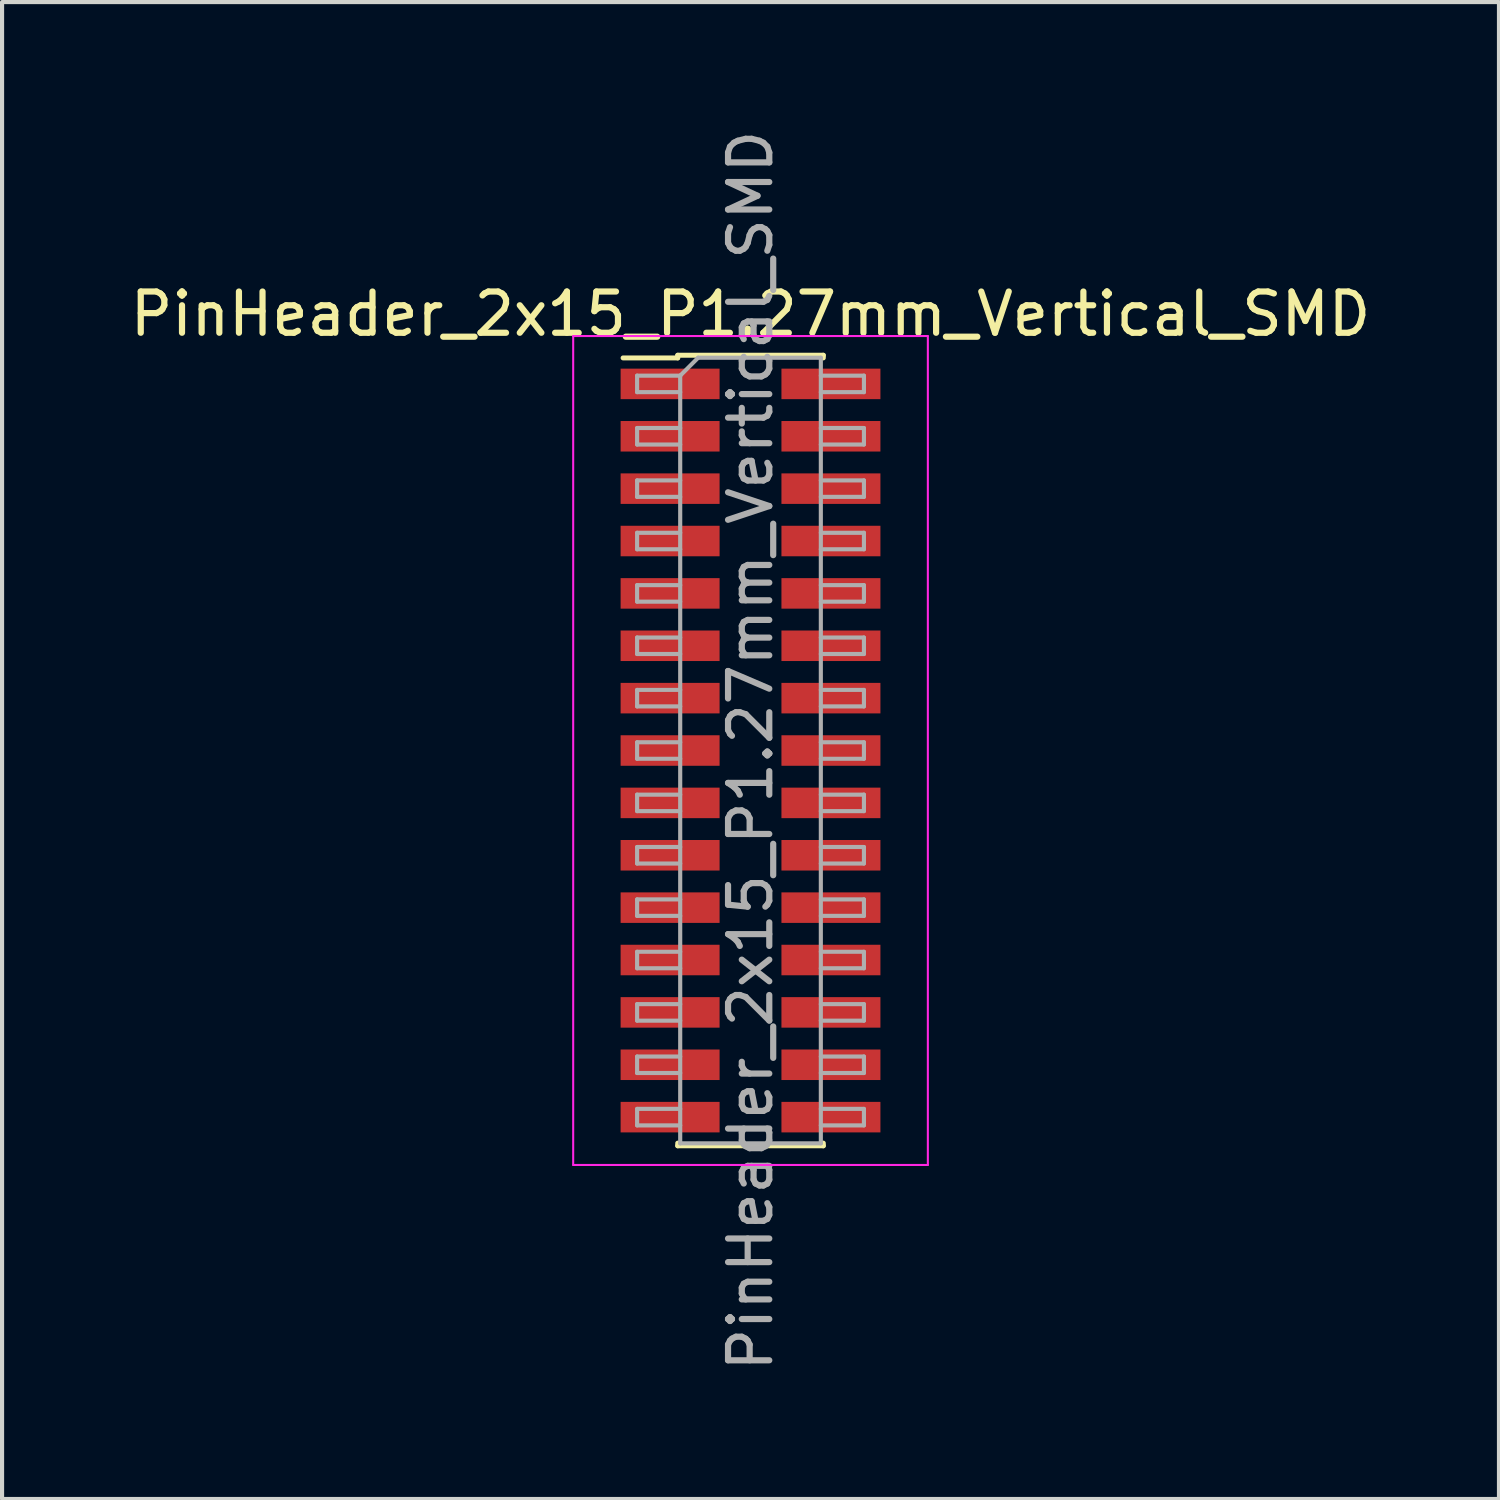
<source format=kicad_pcb>
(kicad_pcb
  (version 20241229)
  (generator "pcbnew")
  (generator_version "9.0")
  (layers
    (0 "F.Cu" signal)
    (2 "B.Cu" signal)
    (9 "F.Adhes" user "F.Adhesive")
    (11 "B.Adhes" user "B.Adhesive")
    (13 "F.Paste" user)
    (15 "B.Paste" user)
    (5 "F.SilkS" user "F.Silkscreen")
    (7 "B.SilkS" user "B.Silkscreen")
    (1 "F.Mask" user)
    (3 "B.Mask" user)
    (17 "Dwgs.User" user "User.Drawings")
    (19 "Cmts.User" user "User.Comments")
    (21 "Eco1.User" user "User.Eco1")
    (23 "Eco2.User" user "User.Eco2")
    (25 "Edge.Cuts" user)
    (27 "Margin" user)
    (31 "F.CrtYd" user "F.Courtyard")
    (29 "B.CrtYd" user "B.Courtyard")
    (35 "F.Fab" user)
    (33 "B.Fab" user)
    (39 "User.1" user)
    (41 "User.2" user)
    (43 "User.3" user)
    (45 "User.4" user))
  (footprint "PinHeader_2x15_P1.27mm_Vertical_SMD"
    (layer "F.Cu")
    (at 15.149 15.149)
    (property "Reference" "PinHeader_2x15_P1.27mm_Vertical_SMD" (at 0 -10.585 0) (layer "F.SilkS") (effects (font (size 1 1) (thickness 0.15))))
    (attr smd)
    (fp_line (start -3.09 -9.52) (end -1.765 -9.52) (stroke (width 0.12) (type solid)) (layer "F.SilkS"))
    (fp_line (start -1.765 -9.585) (end -1.765 -9.52) (stroke (width 0.12) (type solid)) (layer "F.SilkS"))
    (fp_line (start -1.765 -9.585) (end 1.765 -9.585) (stroke (width 0.12) (type solid)) (layer "F.SilkS"))
    (fp_line (start -1.765 9.52) (end -1.765 9.585) (stroke (width 0.12) (type solid)) (layer "F.SilkS"))
    (fp_line (start -1.765 9.585) (end 1.765 9.585) (stroke (width 0.12) (type solid)) (layer "F.SilkS"))
    (fp_line (start 1.765 -9.585) (end 1.765 -9.52) (stroke (width 0.12) (type solid)) (layer "F.SilkS"))
    (fp_line (start 1.765 9.52) (end 1.765 9.585) (stroke (width 0.12) (type solid)) (layer "F.SilkS"))
    (fp_line (start -4.3 -10.05) (end -4.3 10.05) (stroke (width 0.05) (type solid)) (layer "F.CrtYd"))
    (fp_line (start -4.3 10.05) (end 4.3 10.05) (stroke (width 0.05) (type solid)) (layer "F.CrtYd"))
    (fp_line (start 4.3 -10.05) (end -4.3 -10.05) (stroke (width 0.05) (type solid)) (layer "F.CrtYd"))
    (fp_line (start 4.3 10.05) (end 4.3 -10.05) (stroke (width 0.05) (type solid)) (layer "F.CrtYd"))
    (fp_line (start -2.75 -9.09) (end -2.75 -8.69) (stroke (width 0.1) (type solid)) (layer "F.Fab"))
    (fp_line (start -2.75 -8.69) (end -1.705 -8.69) (stroke (width 0.1) (type solid)) (layer "F.Fab"))
    (fp_line (start -2.75 -7.82) (end -2.75 -7.42) (stroke (width 0.1) (type solid)) (layer "F.Fab"))
    (fp_line (start -2.75 -7.42) (end -1.705 -7.42) (stroke (width 0.1) (type solid)) (layer "F.Fab"))
    (fp_line (start -2.75 -6.55) (end -2.75 -6.15) (stroke (width 0.1) (type solid)) (layer "F.Fab"))
    (fp_line (start -2.75 -6.15) (end -1.705 -6.15) (stroke (width 0.1) (type solid)) (layer "F.Fab"))
    (fp_line (start -2.75 -5.28) (end -2.75 -4.88) (stroke (width 0.1) (type solid)) (layer "F.Fab"))
    (fp_line (start -2.75 -4.88) (end -1.705 -4.88) (stroke (width 0.1) (type solid)) (layer "F.Fab"))
    (fp_line (start -2.75 -4.01) (end -2.75 -3.61) (stroke (width 0.1) (type solid)) (layer "F.Fab"))
    (fp_line (start -2.75 -3.61) (end -1.705 -3.61) (stroke (width 0.1) (type solid)) (layer "F.Fab"))
    (fp_line (start -2.75 -2.74) (end -2.75 -2.34) (stroke (width 0.1) (type solid)) (layer "F.Fab"))
    (fp_line (start -2.75 -2.34) (end -1.705 -2.34) (stroke (width 0.1) (type solid)) (layer "F.Fab"))
    (fp_line (start -2.75 -1.47) (end -2.75 -1.07) (stroke (width 0.1) (type solid)) (layer "F.Fab"))
    (fp_line (start -2.75 -1.07) (end -1.705 -1.07) (stroke (width 0.1) (type solid)) (layer "F.Fab"))
    (fp_line (start -2.75 -0.2) (end -2.75 0.2) (stroke (width 0.1) (type solid)) (layer "F.Fab"))
    (fp_line (start -2.75 0.2) (end -1.705 0.2) (stroke (width 0.1) (type solid)) (layer "F.Fab"))
    (fp_line (start -2.75 1.07) (end -2.75 1.47) (stroke (width 0.1) (type solid)) (layer "F.Fab"))
    (fp_line (start -2.75 1.47) (end -1.705 1.47) (stroke (width 0.1) (type solid)) (layer "F.Fab"))
    (fp_line (start -2.75 2.34) (end -2.75 2.74) (stroke (width 0.1) (type solid)) (layer "F.Fab"))
    (fp_line (start -2.75 2.74) (end -1.705 2.74) (stroke (width 0.1) (type solid)) (layer "F.Fab"))
    (fp_line (start -2.75 3.61) (end -2.75 4.01) (stroke (width 0.1) (type solid)) (layer "F.Fab"))
    (fp_line (start -2.75 4.01) (end -1.705 4.01) (stroke (width 0.1) (type solid)) (layer "F.Fab"))
    (fp_line (start -2.75 4.88) (end -2.75 5.28) (stroke (width 0.1) (type solid)) (layer "F.Fab"))
    (fp_line (start -2.75 5.28) (end -1.705 5.28) (stroke (width 0.1) (type solid)) (layer "F.Fab"))
    (fp_line (start -2.75 6.15) (end -2.75 6.55) (stroke (width 0.1) (type solid)) (layer "F.Fab"))
    (fp_line (start -2.75 6.55) (end -1.705 6.55) (stroke (width 0.1) (type solid)) (layer "F.Fab"))
    (fp_line (start -2.75 7.42) (end -2.75 7.82) (stroke (width 0.1) (type solid)) (layer "F.Fab"))
    (fp_line (start -2.75 7.82) (end -1.705 7.82) (stroke (width 0.1) (type solid)) (layer "F.Fab"))
    (fp_line (start -2.75 8.69) (end -2.75 9.09) (stroke (width 0.1) (type solid)) (layer "F.Fab"))
    (fp_line (start -2.75 9.09) (end -1.705 9.09) (stroke (width 0.1) (type solid)) (layer "F.Fab"))
    (fp_line (start -1.705 -9.09) (end -2.75 -9.09) (stroke (width 0.1) (type solid)) (layer "F.Fab"))
    (fp_line (start -1.705 -9.09) (end -1.27 -9.525) (stroke (width 0.1) (type solid)) (layer "F.Fab"))
    (fp_line (start -1.705 -7.82) (end -2.75 -7.82) (stroke (width 0.1) (type solid)) (layer "F.Fab"))
    (fp_line (start -1.705 -6.55) (end -2.75 -6.55) (stroke (width 0.1) (type solid)) (layer "F.Fab"))
    (fp_line (start -1.705 -5.28) (end -2.75 -5.28) (stroke (width 0.1) (type solid)) (layer "F.Fab"))
    (fp_line (start -1.705 -4.01) (end -2.75 -4.01) (stroke (width 0.1) (type solid)) (layer "F.Fab"))
    (fp_line (start -1.705 -2.74) (end -2.75 -2.74) (stroke (width 0.1) (type solid)) (layer "F.Fab"))
    (fp_line (start -1.705 -1.47) (end -2.75 -1.47) (stroke (width 0.1) (type solid)) (layer "F.Fab"))
    (fp_line (start -1.705 -0.2) (end -2.75 -0.2) (stroke (width 0.1) (type solid)) (layer "F.Fab"))
    (fp_line (start -1.705 1.07) (end -2.75 1.07) (stroke (width 0.1) (type solid)) (layer "F.Fab"))
    (fp_line (start -1.705 2.34) (end -2.75 2.34) (stroke (width 0.1) (type solid)) (layer "F.Fab"))
    (fp_line (start -1.705 3.61) (end -2.75 3.61) (stroke (width 0.1) (type solid)) (layer "F.Fab"))
    (fp_line (start -1.705 4.88) (end -2.75 4.88) (stroke (width 0.1) (type solid)) (layer "F.Fab"))
    (fp_line (start -1.705 6.15) (end -2.75 6.15) (stroke (width 0.1) (type solid)) (layer "F.Fab"))
    (fp_line (start -1.705 7.42) (end -2.75 7.42) (stroke (width 0.1) (type solid)) (layer "F.Fab"))
    (fp_line (start -1.705 8.69) (end -2.75 8.69) (stroke (width 0.1) (type solid)) (layer "F.Fab"))
    (fp_line (start -1.705 9.525) (end -1.705 -9.09) (stroke (width 0.1) (type solid)) (layer "F.Fab"))
    (fp_line (start -1.27 -9.525) (end 1.705 -9.525) (stroke (width 0.1) (type solid)) (layer "F.Fab"))
    (fp_line (start 1.705 -9.525) (end 1.705 9.525) (stroke (width 0.1) (type solid)) (layer "F.Fab"))
    (fp_line (start 1.705 -9.09) (end 2.75 -9.09) (stroke (width 0.1) (type solid)) (layer "F.Fab"))
    (fp_line (start 1.705 -7.82) (end 2.75 -7.82) (stroke (width 0.1) (type solid)) (layer "F.Fab"))
    (fp_line (start 1.705 -6.55) (end 2.75 -6.55) (stroke (width 0.1) (type solid)) (layer "F.Fab"))
    (fp_line (start 1.705 -5.28) (end 2.75 -5.28) (stroke (width 0.1) (type solid)) (layer "F.Fab"))
    (fp_line (start 1.705 -4.01) (end 2.75 -4.01) (stroke (width 0.1) (type solid)) (layer "F.Fab"))
    (fp_line (start 1.705 -2.74) (end 2.75 -2.74) (stroke (width 0.1) (type solid)) (layer "F.Fab"))
    (fp_line (start 1.705 -1.47) (end 2.75 -1.47) (stroke (width 0.1) (type solid)) (layer "F.Fab"))
    (fp_line (start 1.705 -0.2) (end 2.75 -0.2) (stroke (width 0.1) (type solid)) (layer "F.Fab"))
    (fp_line (start 1.705 1.07) (end 2.75 1.07) (stroke (width 0.1) (type solid)) (layer "F.Fab"))
    (fp_line (start 1.705 2.34) (end 2.75 2.34) (stroke (width 0.1) (type solid)) (layer "F.Fab"))
    (fp_line (start 1.705 3.61) (end 2.75 3.61) (stroke (width 0.1) (type solid)) (layer "F.Fab"))
    (fp_line (start 1.705 4.88) (end 2.75 4.88) (stroke (width 0.1) (type solid)) (layer "F.Fab"))
    (fp_line (start 1.705 6.15) (end 2.75 6.15) (stroke (width 0.1) (type solid)) (layer "F.Fab"))
    (fp_line (start 1.705 7.42) (end 2.75 7.42) (stroke (width 0.1) (type solid)) (layer "F.Fab"))
    (fp_line (start 1.705 8.69) (end 2.75 8.69) (stroke (width 0.1) (type solid)) (layer "F.Fab"))
    (fp_line (start 1.705 9.525) (end -1.705 9.525) (stroke (width 0.1) (type solid)) (layer "F.Fab"))
    (fp_line (start 2.75 -9.09) (end 2.75 -8.69) (stroke (width 0.1) (type solid)) (layer "F.Fab"))
    (fp_line (start 2.75 -8.69) (end 1.705 -8.69) (stroke (width 0.1) (type solid)) (layer "F.Fab"))
    (fp_line (start 2.75 -7.82) (end 2.75 -7.42) (stroke (width 0.1) (type solid)) (layer "F.Fab"))
    (fp_line (start 2.75 -7.42) (end 1.705 -7.42) (stroke (width 0.1) (type solid)) (layer "F.Fab"))
    (fp_line (start 2.75 -6.55) (end 2.75 -6.15) (stroke (width 0.1) (type solid)) (layer "F.Fab"))
    (fp_line (start 2.75 -6.15) (end 1.705 -6.15) (stroke (width 0.1) (type solid)) (layer "F.Fab"))
    (fp_line (start 2.75 -5.28) (end 2.75 -4.88) (stroke (width 0.1) (type solid)) (layer "F.Fab"))
    (fp_line (start 2.75 -4.88) (end 1.705 -4.88) (stroke (width 0.1) (type solid)) (layer "F.Fab"))
    (fp_line (start 2.75 -4.01) (end 2.75 -3.61) (stroke (width 0.1) (type solid)) (layer "F.Fab"))
    (fp_line (start 2.75 -3.61) (end 1.705 -3.61) (stroke (width 0.1) (type solid)) (layer "F.Fab"))
    (fp_line (start 2.75 -2.74) (end 2.75 -2.34) (stroke (width 0.1) (type solid)) (layer "F.Fab"))
    (fp_line (start 2.75 -2.34) (end 1.705 -2.34) (stroke (width 0.1) (type solid)) (layer "F.Fab"))
    (fp_line (start 2.75 -1.47) (end 2.75 -1.07) (stroke (width 0.1) (type solid)) (layer "F.Fab"))
    (fp_line (start 2.75 -1.07) (end 1.705 -1.07) (stroke (width 0.1) (type solid)) (layer "F.Fab"))
    (fp_line (start 2.75 -0.2) (end 2.75 0.2) (stroke (width 0.1) (type solid)) (layer "F.Fab"))
    (fp_line (start 2.75 0.2) (end 1.705 0.2) (stroke (width 0.1) (type solid)) (layer "F.Fab"))
    (fp_line (start 2.75 1.07) (end 2.75 1.47) (stroke (width 0.1) (type solid)) (layer "F.Fab"))
    (fp_line (start 2.75 1.47) (end 1.705 1.47) (stroke (width 0.1) (type solid)) (layer "F.Fab"))
    (fp_line (start 2.75 2.34) (end 2.75 2.74) (stroke (width 0.1) (type solid)) (layer "F.Fab"))
    (fp_line (start 2.75 2.74) (end 1.705 2.74) (stroke (width 0.1) (type solid)) (layer "F.Fab"))
    (fp_line (start 2.75 3.61) (end 2.75 4.01) (stroke (width 0.1) (type solid)) (layer "F.Fab"))
    (fp_line (start 2.75 4.01) (end 1.705 4.01) (stroke (width 0.1) (type solid)) (layer "F.Fab"))
    (fp_line (start 2.75 4.88) (end 2.75 5.28) (stroke (width 0.1) (type solid)) (layer "F.Fab"))
    (fp_line (start 2.75 5.28) (end 1.705 5.28) (stroke (width 0.1) (type solid)) (layer "F.Fab"))
    (fp_line (start 2.75 6.15) (end 2.75 6.55) (stroke (width 0.1) (type solid)) (layer "F.Fab"))
    (fp_line (start 2.75 6.55) (end 1.705 6.55) (stroke (width 0.1) (type solid)) (layer "F.Fab"))
    (fp_line (start 2.75 7.42) (end 2.75 7.82) (stroke (width 0.1) (type solid)) (layer "F.Fab"))
    (fp_line (start 2.75 7.82) (end 1.705 7.82) (stroke (width 0.1) (type solid)) (layer "F.Fab"))
    (fp_line (start 2.75 8.69) (end 2.75 9.09) (stroke (width 0.1) (type solid)) (layer "F.Fab"))
    (fp_line (start 2.75 9.09) (end 1.705 9.09) (stroke (width 0.1) (type solid)) (layer "F.Fab"))
    (fp_text user "${REFERENCE}" (at 0 0 90) (layer "F.Fab") (effects (font (size 1 1) (thickness 0.15))))
    (pad "1" smd rect (at -1.95 -8.89) (size 2.4 0.74) (layers "F.Cu" "F.Mask" "F.Paste"))
    (pad "2" smd rect (at 1.95 -8.89) (size 2.4 0.74) (layers "F.Cu" "F.Mask" "F.Paste"))
    (pad "3" smd rect (at -1.95 -7.62) (size 2.4 0.74) (layers "F.Cu" "F.Mask" "F.Paste"))
    (pad "4" smd rect (at 1.95 -7.62) (size 2.4 0.74) (layers "F.Cu" "F.Mask" "F.Paste"))
    (pad "5" smd rect (at -1.95 -6.35) (size 2.4 0.74) (layers "F.Cu" "F.Mask" "F.Paste"))
    (pad "6" smd rect (at 1.95 -6.35) (size 2.4 0.74) (layers "F.Cu" "F.Mask" "F.Paste"))
    (pad "7" smd rect (at -1.95 -5.08) (size 2.4 0.74) (layers "F.Cu" "F.Mask" "F.Paste"))
    (pad "8" smd rect (at 1.95 -5.08) (size 2.4 0.74) (layers "F.Cu" "F.Mask" "F.Paste"))
    (pad "9" smd rect (at -1.95 -3.81) (size 2.4 0.74) (layers "F.Cu" "F.Mask" "F.Paste"))
    (pad "10" smd rect (at 1.95 -3.81) (size 2.4 0.74) (layers "F.Cu" "F.Mask" "F.Paste"))
    (pad "11" smd rect (at -1.95 -2.54) (size 2.4 0.74) (layers "F.Cu" "F.Mask" "F.Paste"))
    (pad "12" smd rect (at 1.95 -2.54) (size 2.4 0.74) (layers "F.Cu" "F.Mask" "F.Paste"))
    (pad "13" smd rect (at -1.95 -1.27) (size 2.4 0.74) (layers "F.Cu" "F.Mask" "F.Paste"))
    (pad "14" smd rect (at 1.95 -1.27) (size 2.4 0.74) (layers "F.Cu" "F.Mask" "F.Paste"))
    (pad "15" smd rect (at -1.95 0) (size 2.4 0.74) (layers "F.Cu" "F.Mask" "F.Paste"))
    (pad "16" smd rect (at 1.95 0) (size 2.4 0.74) (layers "F.Cu" "F.Mask" "F.Paste"))
    (pad "17" smd rect (at -1.95 1.27) (size 2.4 0.74) (layers "F.Cu" "F.Mask" "F.Paste"))
    (pad "18" smd rect (at 1.95 1.27) (size 2.4 0.74) (layers "F.Cu" "F.Mask" "F.Paste"))
    (pad "19" smd rect (at -1.95 2.54) (size 2.4 0.74) (layers "F.Cu" "F.Mask" "F.Paste"))
    (pad "20" smd rect (at 1.95 2.54) (size 2.4 0.74) (layers "F.Cu" "F.Mask" "F.Paste"))
    (pad "21" smd rect (at -1.95 3.81) (size 2.4 0.74) (layers "F.Cu" "F.Mask" "F.Paste"))
    (pad "22" smd rect (at 1.95 3.81) (size 2.4 0.74) (layers "F.Cu" "F.Mask" "F.Paste"))
    (pad "23" smd rect (at -1.95 5.08) (size 2.4 0.74) (layers "F.Cu" "F.Mask" "F.Paste"))
    (pad "24" smd rect (at 1.95 5.08) (size 2.4 0.74) (layers "F.Cu" "F.Mask" "F.Paste"))
    (pad "25" smd rect (at -1.95 6.35) (size 2.4 0.74) (layers "F.Cu" "F.Mask" "F.Paste"))
    (pad "26" smd rect (at 1.95 6.35) (size 2.4 0.74) (layers "F.Cu" "F.Mask" "F.Paste"))
    (pad "27" smd rect (at -1.95 7.62) (size 2.4 0.74) (layers "F.Cu" "F.Mask" "F.Paste"))
    (pad "28" smd rect (at 1.95 7.62) (size 2.4 0.74) (layers "F.Cu" "F.Mask" "F.Paste"))
    (pad "29" smd rect (at -1.95 8.89) (size 2.4 0.74) (layers "F.Cu" "F.Mask" "F.Paste"))
    (pad "30" smd rect (at 1.95 8.89) (size 2.4 0.74) (layers "F.Cu" "F.Mask" "F.Paste")))
  (gr_rect
    (start -3 -3)
    (end 33.298 33.298)
    (stroke (width 0.1) (type default))
    (fill no)
    (layer "Edge.Cuts")))
</source>
